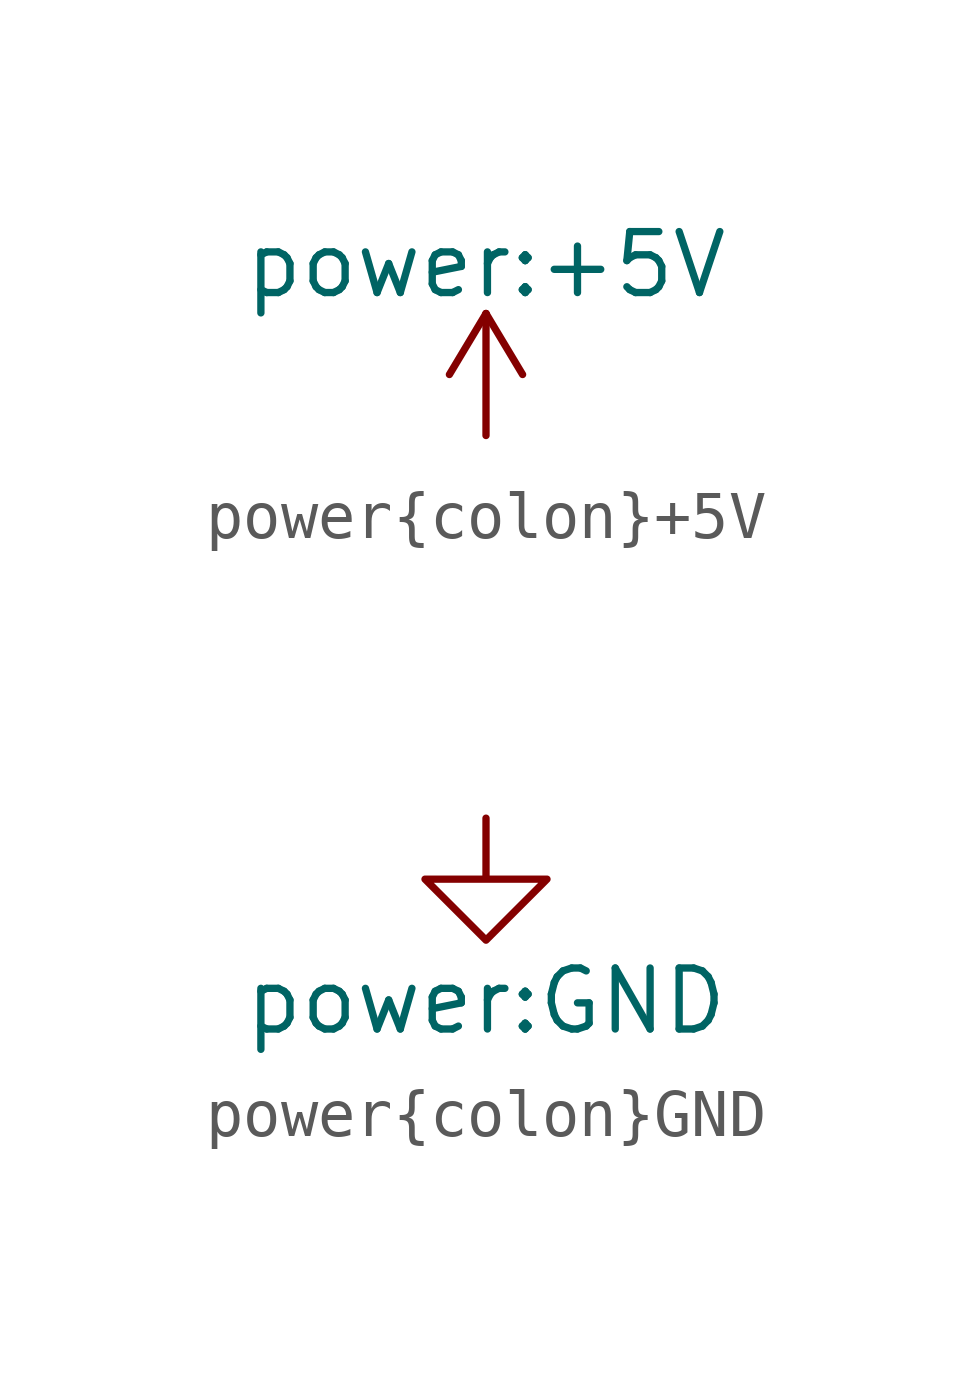
<source format=kicad_sym>
(kicad_symbol_lib
  (version 20211014)
  (generator kicad_symbol_editor)
  (symbol "power{colon}+5V"
    (power)
    (pin_names
      (offset 0))
    (property "Reference" "#PWR"
      (at 0 -3.81 0)
      (effects (font (size 1.27 1.27)) hide))
    (property "Value" "power{colon}+5V"
      (at 0 3.556 0)
      (effects (font (size 1.27 1.27))))
    (symbol "power{colon}+5V_0_1"
      (polyline (pts (xy -0.762 1.27) (xy 0 2.54)) (stroke (width 0) (type default) (color 0 0 0 0)) (fill (type none)))
      (polyline (pts (xy 0 0) (xy 0 2.54)) (stroke (width 0) (type default) (color 0 0 0 0)) (fill (type none)))
      (polyline (pts (xy 0 2.54) (xy 0.762 1.27)) (stroke (width 0) (type default) (color 0 0 0 0)) (fill (type none))))
    (symbol "power{colon}+5V_1_1"
      (pin power_in line (at 0 0 90) (length 0) hide (name "+5V" (effects (font (size 1.27 1.27)))) (number "1" (effects (font (size 1.27 1.27)))))))
  (symbol "power{colon}GND"
    (power)
    (pin_names
      (offset 0))
    (property "Reference" "#PWR"
      (at 0 -6.35 0)
      (effects (font (size 1.27 1.27)) hide))
    (property "Value" "power{colon}GND"
      (at 0 -3.81 0)
      (effects (font (size 1.27 1.27))))
    (symbol "power{colon}GND_0_1"
      (polyline (pts (xy 0 0) (xy 0 -1.27) (xy 1.27 -1.27) (xy 0 -2.54) (xy -1.27 -1.27) (xy 0 -1.27)) (stroke (width 0) (type default) (color 0 0 0 0)) (fill (type none))))
    (symbol "power{colon}GND_1_1"
      (pin power_in line (at 0 0 270) (length 0) hide (name "GND" (effects (font (size 1.27 1.27)))) (number "1" (effects (font (size 1.27 1.27))))))))
</source>
